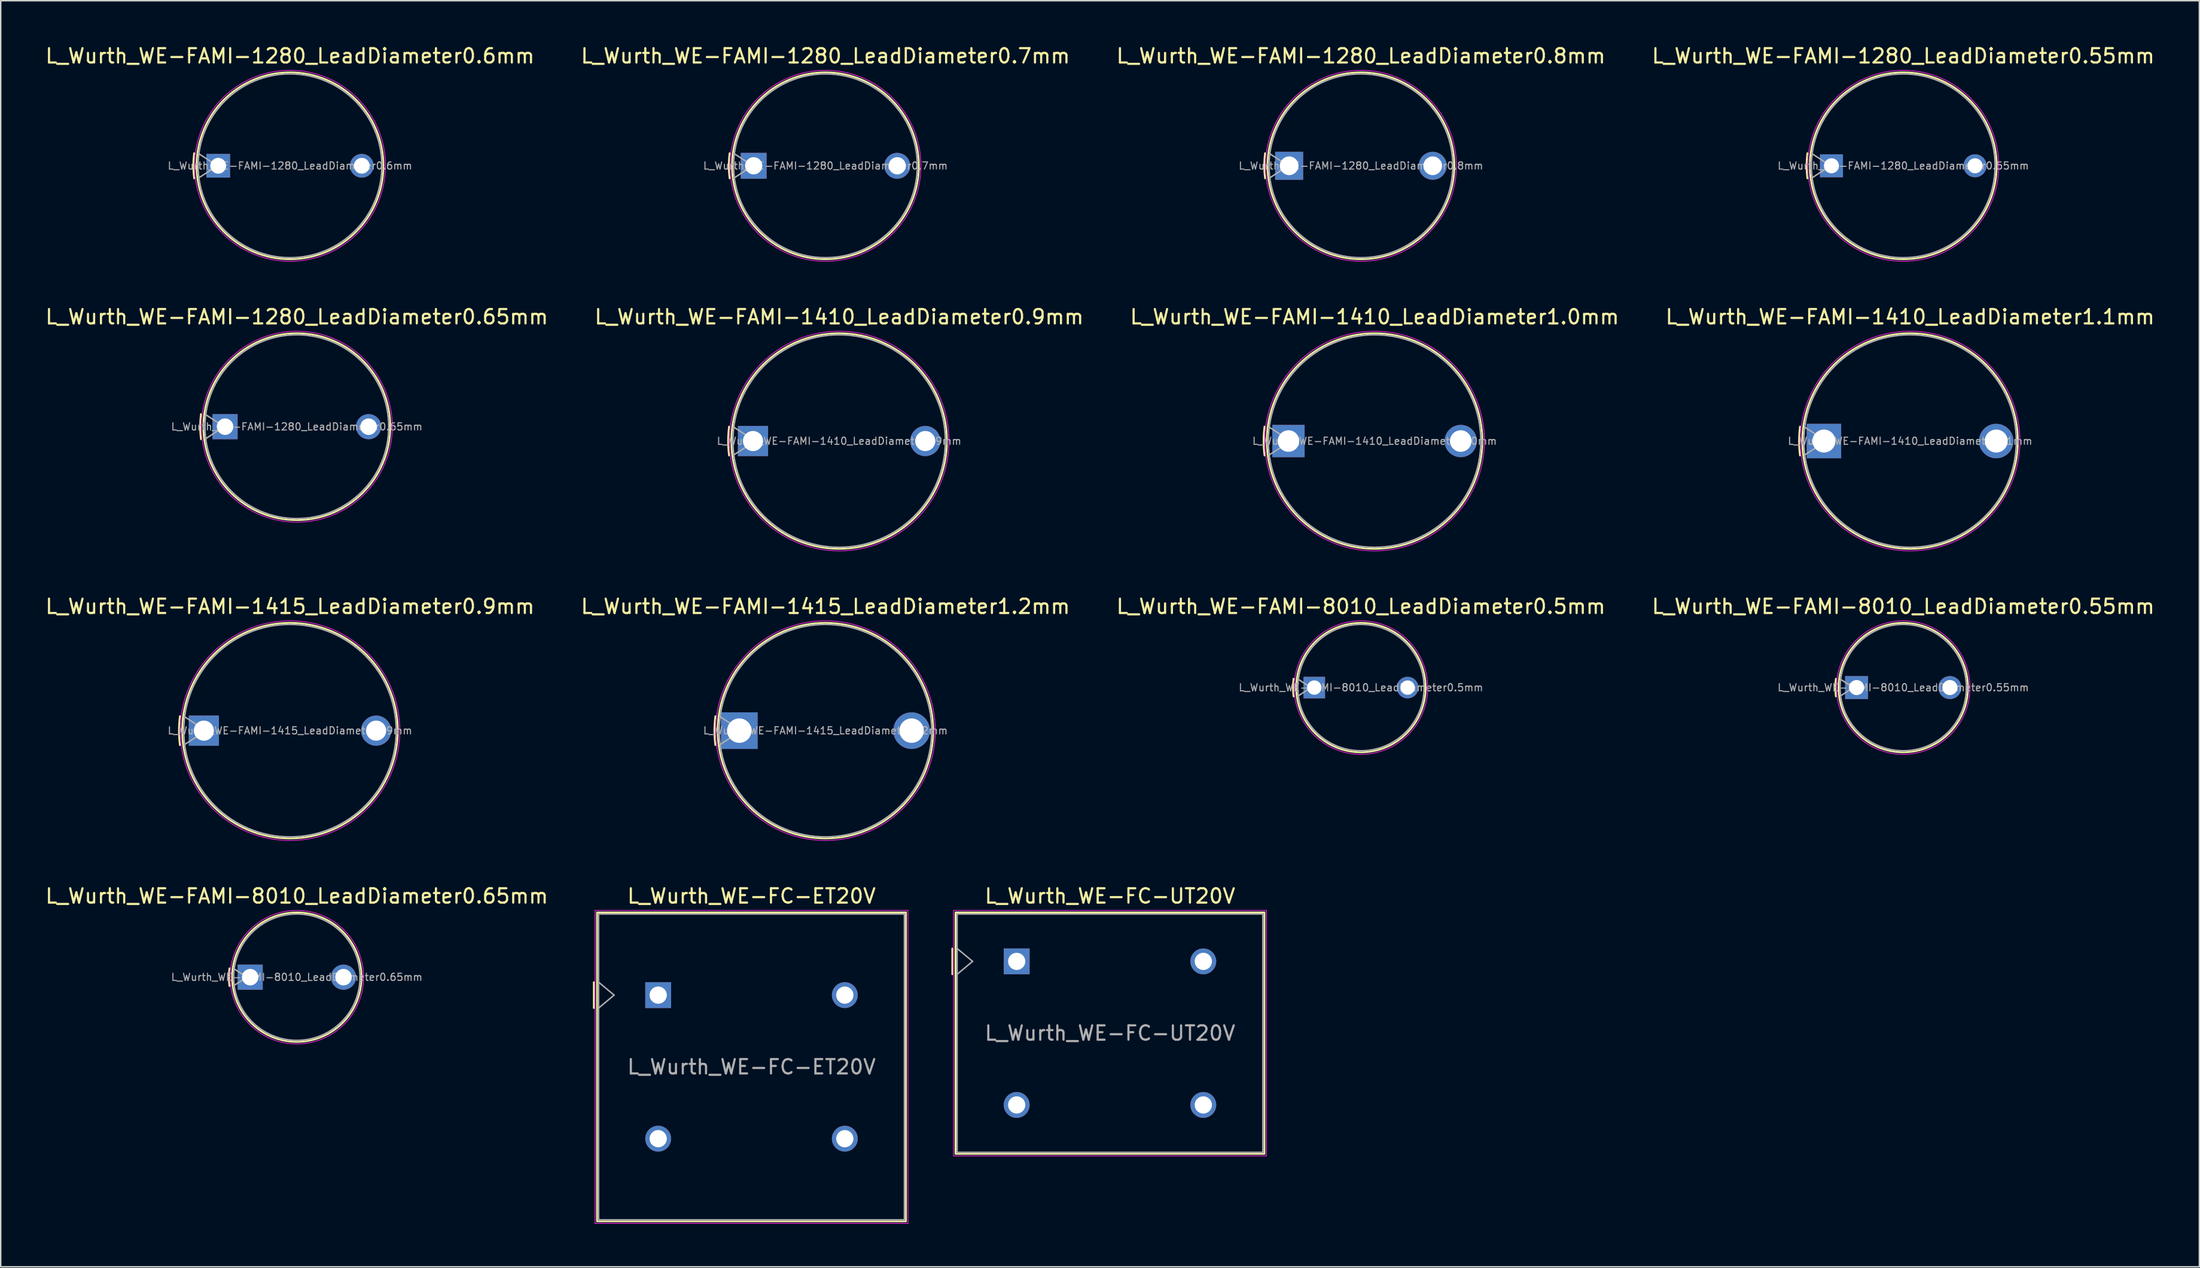
<source format=kicad_pcb>
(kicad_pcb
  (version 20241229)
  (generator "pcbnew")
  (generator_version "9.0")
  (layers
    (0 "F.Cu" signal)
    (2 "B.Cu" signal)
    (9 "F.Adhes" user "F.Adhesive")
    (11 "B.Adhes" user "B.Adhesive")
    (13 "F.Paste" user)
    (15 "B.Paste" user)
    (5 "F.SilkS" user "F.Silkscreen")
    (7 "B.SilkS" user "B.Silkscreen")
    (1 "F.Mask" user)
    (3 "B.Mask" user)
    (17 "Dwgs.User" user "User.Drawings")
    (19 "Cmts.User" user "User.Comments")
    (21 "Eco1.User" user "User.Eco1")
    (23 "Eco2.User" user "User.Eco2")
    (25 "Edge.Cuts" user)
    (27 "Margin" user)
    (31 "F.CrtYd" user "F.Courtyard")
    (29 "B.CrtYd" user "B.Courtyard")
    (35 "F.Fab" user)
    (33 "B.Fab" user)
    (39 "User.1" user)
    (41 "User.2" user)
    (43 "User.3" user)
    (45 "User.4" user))
  (footprint "L_Wurth_WE-FAMI-1280_LeadDiameter0.8mm"
    (layer "F.Cu")
    (at 86.744 8.498)
    (property "Reference" "L_Wurth_WE-FAMI-1280_LeadDiameter0.8mm" (at 5 -7.65 0) (unlocked yes) (layer "F.SilkS") (effects (font (size 1 1) (thickness 0.15))))
    (attr through_hole)
    (fp_arc (start -1.677381 0.879094) (mid -1.735 0) (end -1.677381 -0.879094) (stroke (width 0.12) (type default)) (layer "F.SilkS"))
    (fp_circle (center 5 0) (end 11.51 0) (stroke (width 0.12) (type solid)) (fill no) (layer "F.SilkS"))
    (fp_circle (center 5 0) (end 11.65 0) (stroke (width 0.05) (type solid)) (fill no) (layer "F.CrtYd"))
    (fp_line (start -1.345 -0.835) (end -0.06 0) (stroke (width 0.1) (type solid)) (layer "F.Fab"))
    (fp_line (start -1.345 0.835) (end -0.06 0) (stroke (width 0.1) (type solid)) (layer "F.Fab"))
    (fp_circle (center 5 0) (end 11.4 0) (stroke (width 0.1) (type solid)) (fill no) (layer "F.Fab"))
    (fp_text user "${REFERENCE}" (at 5 0 0) (unlocked yes) (layer "F.Fab") (effects (font (size 0.5 0.5) (thickness 0.075))))
    (pad "1" thru_hole rect (at 0 0) (size 1.95 1.95) (drill 1.3) (layers "*.Cu" "*.Mask"))
    (pad "2" thru_hole circle (at 10 0) (size 1.95 1.95) (drill 1.3) (layers "*.Cu" "*.Mask")))
  (footprint "L_Wurth_WE-FAMI-8010_LeadDiameter0.55mm"
    (layer "F.Cu")
    (at 126.268 44.845)
    (property "Reference" "L_Wurth_WE-FAMI-8010_LeadDiameter0.55mm" (at 3.25 -5.65 0) (unlocked yes) (layer "F.SilkS") (effects (font (size 1 1) (thickness 0.15))))
    (attr through_hole)
    (fp_arc (start -1.444491 0.618042) (mid -1.485 0) (end -1.444491 -0.618042) (stroke (width 0.12) (type default)) (layer "F.SilkS"))
    (fp_circle (center 3.25 0) (end 7.76 0) (stroke (width 0.12) (type solid)) (fill no) (layer "F.SilkS"))
    (fp_circle (center 3.25 0) (end 7.9 0) (stroke (width 0.05) (type solid)) (fill no) (layer "F.CrtYd"))
    (fp_line (start -1.112 -0.574) (end -0.228 0) (stroke (width 0.1) (type solid)) (layer "F.Fab"))
    (fp_line (start -1.112 0.574) (end -0.228 0) (stroke (width 0.1) (type solid)) (layer "F.Fab"))
    (fp_circle (center 3.25 0) (end 7.65 0) (stroke (width 0.1) (type solid)) (fill no) (layer "F.Fab"))
    (fp_text user "${REFERENCE}" (at 3.25 0 0) (unlocked yes) (layer "F.Fab") (effects (font (size 0.5 0.5) (thickness 0.075))))
    (pad "1" thru_hole rect (at 0 0) (size 1.6 1.6) (drill 1.05) (layers "*.Cu" "*.Mask"))
    (pad "2" thru_hole circle (at 6.5 0) (size 1.6 1.6) (drill 1.05) (layers "*.Cu" "*.Mask")))
  (footprint "L_Wurth_WE-FAMI-1280_LeadDiameter0.55mm"
    (layer "F.Cu")
    (at 124.518 8.498)
    (property "Reference" "L_Wurth_WE-FAMI-1280_LeadDiameter0.55mm" (at 5 -7.65 0) (unlocked yes) (layer "F.SilkS") (effects (font (size 1 1) (thickness 0.15))))
    (attr through_hole)
    (fp_arc (start -1.677381 0.879094) (mid -1.735 0) (end -1.677381 -0.879094) (stroke (width 0.12) (type default)) (layer "F.SilkS"))
    (fp_circle (center 5 0) (end 11.51 0) (stroke (width 0.12) (type solid)) (fill no) (layer "F.SilkS"))
    (fp_circle (center 5 0) (end 11.65 0) (stroke (width 0.05) (type solid)) (fill no) (layer "F.CrtYd"))
    (fp_line (start -1.345 -0.835) (end -0.06 0) (stroke (width 0.1) (type solid)) (layer "F.Fab"))
    (fp_line (start -1.345 0.835) (end -0.06 0) (stroke (width 0.1) (type solid)) (layer "F.Fab"))
    (fp_circle (center 5 0) (end 11.4 0) (stroke (width 0.1) (type solid)) (fill no) (layer "F.Fab"))
    (fp_text user "${REFERENCE}" (at 5 0 0) (unlocked yes) (layer "F.Fab") (effects (font (size 0.5 0.5) (thickness 0.075))))
    (pad "1" thru_hole rect (at 0 0) (size 1.6 1.6) (drill 1.05) (layers "*.Cu" "*.Mask"))
    (pad "2" thru_hole circle (at 10 0) (size 1.6 1.6) (drill 1.05) (layers "*.Cu" "*.Mask")))
  (footprint "L_Wurth_WE-FAMI-1410_LeadDiameter0.9mm"
    (layer "F.Cu")
    (at 49.399 27.672)
    (property "Reference" "L_Wurth_WE-FAMI-1410_LeadDiameter0.9mm" (at 6 -8.65 0) (unlocked yes) (layer "F.SilkS") (effects (font (size 1 1) (thickness 0.15))))
    (attr through_hole)
    (fp_arc (start -1.668826 1.00962) (mid -1.735 0) (end -1.668826 -1.00962) (stroke (width 0.12) (type default)) (layer "F.SilkS"))
    (fp_circle (center 6 0) (end 13.51 0) (stroke (width 0.12) (type solid)) (fill no) (layer "F.SilkS"))
    (fp_circle (center 6 0) (end 13.65 0) (stroke (width 0.05) (type solid)) (fill no) (layer "F.CrtYd"))
    (fp_line (start -1.337 -0.966) (end 0.15 0) (stroke (width 0.1) (type solid)) (layer "F.Fab"))
    (fp_line (start -1.337 0.966) (end 0.15 0) (stroke (width 0.1) (type solid)) (layer "F.Fab"))
    (fp_circle (center 6 0) (end 13.4 0) (stroke (width 0.1) (type solid)) (fill no) (layer "F.Fab"))
    (fp_text user "${REFERENCE}" (at 6 0 0) (unlocked yes) (layer "F.Fab") (effects (font (size 0.5 0.5) (thickness 0.075))))
    (pad "1" thru_hole rect (at 0 0) (size 2.1 2.1) (drill 1.4) (layers "*.Cu" "*.Mask"))
    (pad "2" thru_hole circle (at 12 0) (size 2.1 2.1) (drill 1.4) (layers "*.Cu" "*.Mask")))
  (footprint "L_Wurth_WE-FAMI-8010_LeadDiameter0.5mm"
    (layer "F.Cu")
    (at 88.494 44.845)
    (property "Reference" "L_Wurth_WE-FAMI-8010_LeadDiameter0.5mm" (at 3.25 -5.65 0) (unlocked yes) (layer "F.SilkS") (effects (font (size 1 1) (thickness 0.15))))
    (attr through_hole)
    (fp_arc (start -1.444491 0.618042) (mid -1.485 0) (end -1.444491 -0.618042) (stroke (width 0.12) (type default)) (layer "F.SilkS"))
    (fp_circle (center 3.25 0) (end 7.76 0) (stroke (width 0.12) (type solid)) (fill no) (layer "F.SilkS"))
    (fp_circle (center 3.25 0) (end 7.9 0) (stroke (width 0.05) (type solid)) (fill no) (layer "F.CrtYd"))
    (fp_line (start -1.112 -0.574) (end -0.228 0) (stroke (width 0.1) (type solid)) (layer "F.Fab"))
    (fp_line (start -1.112 0.574) (end -0.228 0) (stroke (width 0.1) (type solid)) (layer "F.Fab"))
    (fp_circle (center 3.25 0) (end 7.65 0) (stroke (width 0.1) (type solid)) (fill no) (layer "F.Fab"))
    (fp_text user "${REFERENCE}" (at 3.25 0 0) (unlocked yes) (layer "F.Fab") (effects (font (size 0.5 0.5) (thickness 0.075))))
    (pad "1" thru_hole rect (at 0 0) (size 1.5 1.5) (drill 1) (layers "*.Cu" "*.Mask"))
    (pad "2" thru_hole circle (at 6.5 0) (size 1.5 1.5) (drill 1) (layers "*.Cu" "*.Mask")))
  (footprint "L_Wurth_WE-FAMI-1415_LeadDiameter0.9mm"
    (layer "F.Cu")
    (at 11.149 47.845)
    (property "Reference" "L_Wurth_WE-FAMI-1415_LeadDiameter0.9mm" (at 6 -8.65 0) (unlocked yes) (layer "F.SilkS") (effects (font (size 1 1) (thickness 0.15))))
    (attr through_hole)
    (fp_arc (start -1.668826 1.00962) (mid -1.735 0) (end -1.668826 -1.00962) (stroke (width 0.12) (type default)) (layer "F.SilkS"))
    (fp_circle (center 6 0) (end 13.51 0) (stroke (width 0.12) (type solid)) (fill no) (layer "F.SilkS"))
    (fp_circle (center 6 0) (end 13.65 0) (stroke (width 0.05) (type solid)) (fill no) (layer "F.CrtYd"))
    (fp_line (start -1.337 -0.966) (end 0.15 0) (stroke (width 0.1) (type solid)) (layer "F.Fab"))
    (fp_line (start -1.337 0.966) (end 0.15 0) (stroke (width 0.1) (type solid)) (layer "F.Fab"))
    (fp_circle (center 6 0) (end 13.4 0) (stroke (width 0.1) (type solid)) (fill no) (layer "F.Fab"))
    (fp_text user "${REFERENCE}" (at 6 0 0) (unlocked yes) (layer "F.Fab") (effects (font (size 0.5 0.5) (thickness 0.075))))
    (pad "1" thru_hole rect (at 0 0) (size 2.1 2.1) (drill 1.4) (layers "*.Cu" "*.Mask"))
    (pad "2" thru_hole circle (at 12 0) (size 2.1 2.1) (drill 1.4) (layers "*.Cu" "*.Mask")))
  (footprint "L_Wurth_WE-FAMI-1415_LeadDiameter1.2mm"
    (layer "F.Cu")
    (at 48.446 47.845)
    (property "Reference" "L_Wurth_WE-FAMI-1415_LeadDiameter1.2mm" (at 6 -8.65 0) (unlocked yes) (layer "F.SilkS") (effects (font (size 1 1) (thickness 0.15))))
    (attr through_hole)
    (fp_arc (start -1.668826 1.00962) (mid -1.735 0) (end -1.668826 -1.00962) (stroke (width 0.12) (type default)) (layer "F.SilkS"))
    (fp_circle (center 6 0) (end 13.51 0) (stroke (width 0.12) (type solid)) (fill no) (layer "F.SilkS"))
    (fp_circle (center 6 0) (end 13.65 0) (stroke (width 0.05) (type solid)) (fill no) (layer "F.CrtYd"))
    (fp_line (start -1.337 -0.966) (end 0.15 0) (stroke (width 0.1) (type solid)) (layer "F.Fab"))
    (fp_line (start -1.337 0.966) (end 0.15 0) (stroke (width 0.1) (type solid)) (layer "F.Fab"))
    (fp_circle (center 6 0) (end 13.4 0) (stroke (width 0.1) (type solid)) (fill no) (layer "F.Fab"))
    (fp_text user "${REFERENCE}" (at 6 0 0) (unlocked yes) (layer "F.Fab") (effects (font (size 0.5 0.5) (thickness 0.075))))
    (pad "1" thru_hole rect (at 0 0) (size 2.55 2.55) (drill 1.7) (layers "*.Cu" "*.Mask"))
    (pad "2" thru_hole circle (at 12 0) (size 2.55 2.55) (drill 1.7) (layers "*.Cu" "*.Mask")))
  (footprint "L_Wurth_WE-FC-ET20V"
    (layer "F.Cu")
    (at 42.795 66.268)
    (property "Reference" "L_Wurth_WE-FC-ET20V" (at 6.5 -6.9 0) (unlocked yes) (layer "F.SilkS") (effects (font (size 1 1) (thickness 0.15))))
    (attr through_hole)
    (fp_line (start -4.485 -0.9) (end -4.485 0.9) (stroke (width 0.12) (type solid)) (layer "F.SilkS"))
    (fp_rect (start -4.26 -5.76) (end 17.26 15.76) (stroke (width 0.12) (type solid)) (fill no) (layer "F.SilkS"))
    (fp_rect (start -4.4 -5.9) (end 17.4 15.9) (stroke (width 0.05) (type solid)) (fill no) (layer "F.CrtYd"))
    (fp_line (start -4.15 -0.9) (end -3.07 0) (stroke (width 0.1) (type solid)) (layer "F.Fab"))
    (fp_line (start -4.15 0.9) (end -3.07 0) (stroke (width 0.1) (type solid)) (layer "F.Fab"))
    (fp_rect (start -4.15 -5.65) (end 17.15 15.65) (stroke (width 0.1) (type solid)) (fill no) (layer "F.Fab"))
    (fp_text user "${REFERENCE}" (at 6.5 5 0) (unlocked yes) (layer "F.Fab") (effects (font (size 1 1) (thickness 0.15))))
    (pad "1" thru_hole rect (at 0 0) (size 1.8 1.8) (drill 1.2) (layers "*.Cu" "*.Mask"))
    (pad "2" thru_hole circle (at 13 0) (size 1.8 1.8) (drill 1.2) (layers "*.Cu" "*.Mask"))
    (pad "3" thru_hole circle (at 13 10) (size 1.8 1.8) (drill 1.2) (layers "*.Cu" "*.Mask"))
    (pad "4" thru_hole circle (at 0 10) (size 1.8 1.8) (drill 1.2) (layers "*.Cu" "*.Mask")))
  (footprint "L_Wurth_WE-FAMI-1280_LeadDiameter0.65mm"
    (layer "F.Cu")
    (at 12.625 26.672)
    (property "Reference" "L_Wurth_WE-FAMI-1280_LeadDiameter0.65mm" (at 5 -7.65 0) (unlocked yes) (layer "F.SilkS") (effects (font (size 1 1) (thickness 0.15))))
    (attr through_hole)
    (fp_arc (start -1.677381 0.879094) (mid -1.735 0) (end -1.677381 -0.879094) (stroke (width 0.12) (type default)) (layer "F.SilkS"))
    (fp_circle (center 5 0) (end 11.51 0) (stroke (width 0.12) (type solid)) (fill no) (layer "F.SilkS"))
    (fp_circle (center 5 0) (end 11.65 0) (stroke (width 0.05) (type solid)) (fill no) (layer "F.CrtYd"))
    (fp_line (start -1.345 -0.835) (end -0.06 0) (stroke (width 0.1) (type solid)) (layer "F.Fab"))
    (fp_line (start -1.345 0.835) (end -0.06 0) (stroke (width 0.1) (type solid)) (layer "F.Fab"))
    (fp_circle (center 5 0) (end 11.4 0) (stroke (width 0.1) (type solid)) (fill no) (layer "F.Fab"))
    (fp_text user "${REFERENCE}" (at 5 0 0) (unlocked yes) (layer "F.Fab") (effects (font (size 0.5 0.5) (thickness 0.075))))
    (pad "1" thru_hole rect (at 0 0) (size 1.75 1.75) (drill 1.15) (layers "*.Cu" "*.Mask"))
    (pad "2" thru_hole circle (at 10 0) (size 1.75 1.75) (drill 1.15) (layers "*.Cu" "*.Mask")))
  (footprint "L_Wurth_WE-FAMI-1410_LeadDiameter1.1mm"
    (layer "F.Cu")
    (at 123.994 27.672)
    (property "Reference" "L_Wurth_WE-FAMI-1410_LeadDiameter1.1mm" (at 6 -8.65 0) (unlocked yes) (layer "F.SilkS") (effects (font (size 1 1) (thickness 0.15))))
    (attr through_hole)
    (fp_arc (start -1.668826 1.00962) (mid -1.735 0) (end -1.668826 -1.00962) (stroke (width 0.12) (type default)) (layer "F.SilkS"))
    (fp_circle (center 6 0) (end 13.51 0) (stroke (width 0.12) (type solid)) (fill no) (layer "F.SilkS"))
    (fp_circle (center 6 0) (end 13.65 0) (stroke (width 0.05) (type solid)) (fill no) (layer "F.CrtYd"))
    (fp_line (start -1.337 -0.966) (end 0.15 0) (stroke (width 0.1) (type solid)) (layer "F.Fab"))
    (fp_line (start -1.337 0.966) (end 0.15 0) (stroke (width 0.1) (type solid)) (layer "F.Fab"))
    (fp_circle (center 6 0) (end 13.4 0) (stroke (width 0.1) (type solid)) (fill no) (layer "F.Fab"))
    (fp_text user "${REFERENCE}" (at 6 0 0) (unlocked yes) (layer "F.Fab") (effects (font (size 0.5 0.5) (thickness 0.075))))
    (pad "1" thru_hole rect (at 0 0) (size 2.4 2.4) (drill 1.6) (layers "*.Cu" "*.Mask"))
    (pad "2" thru_hole circle (at 12 0) (size 2.4 2.4) (drill 1.6) (layers "*.Cu" "*.Mask")))
  (footprint "L_Wurth_WE-FAMI-1280_LeadDiameter0.7mm"
    (layer "F.Cu")
    (at 49.446 8.498)
    (property "Reference" "L_Wurth_WE-FAMI-1280_LeadDiameter0.7mm" (at 5 -7.65 0) (unlocked yes) (layer "F.SilkS") (effects (font (size 1 1) (thickness 0.15))))
    (attr through_hole)
    (fp_arc (start -1.677381 0.879094) (mid -1.735 0) (end -1.677381 -0.879094) (stroke (width 0.12) (type default)) (layer "F.SilkS"))
    (fp_circle (center 5 0) (end 11.51 0) (stroke (width 0.12) (type solid)) (fill no) (layer "F.SilkS"))
    (fp_circle (center 5 0) (end 11.65 0) (stroke (width 0.05) (type solid)) (fill no) (layer "F.CrtYd"))
    (fp_line (start -1.345 -0.835) (end -0.06 0) (stroke (width 0.1) (type solid)) (layer "F.Fab"))
    (fp_line (start -1.345 0.835) (end -0.06 0) (stroke (width 0.1) (type solid)) (layer "F.Fab"))
    (fp_circle (center 5 0) (end 11.4 0) (stroke (width 0.1) (type solid)) (fill no) (layer "F.Fab"))
    (fp_text user "${REFERENCE}" (at 5 0 0) (unlocked yes) (layer "F.Fab") (effects (font (size 0.5 0.5) (thickness 0.075))))
    (pad "1" thru_hole rect (at 0 0) (size 1.8 1.8) (drill 1.2) (layers "*.Cu" "*.Mask"))
    (pad "2" thru_hole circle (at 10 0) (size 1.8 1.8) (drill 1.2) (layers "*.Cu" "*.Mask")))
  (footprint "L_Wurth_WE-FC-UT20V"
    (layer "F.Cu")
    (at 67.765 63.918)
    (property "Reference" "L_Wurth_WE-FC-UT20V" (at 6.5 -4.55 0) (unlocked yes) (layer "F.SilkS") (effects (font (size 1 1) (thickness 0.15))))
    (attr through_hole)
    (fp_line (start -4.485 -0.9) (end -4.485 0.9) (stroke (width 0.12) (type solid)) (layer "F.SilkS"))
    (fp_rect (start -4.26 -3.41) (end 17.26 13.41) (stroke (width 0.12) (type solid)) (fill no) (layer "F.SilkS"))
    (fp_rect (start -4.4 -3.55) (end 17.4 13.55) (stroke (width 0.05) (type solid)) (fill no) (layer "F.CrtYd"))
    (fp_line (start -4.15 -0.9) (end -3.07 0) (stroke (width 0.1) (type solid)) (layer "F.Fab"))
    (fp_line (start -4.15 0.9) (end -3.07 0) (stroke (width 0.1) (type solid)) (layer "F.Fab"))
    (fp_rect (start -4.15 -3.3) (end 17.15 13.3) (stroke (width 0.1) (type solid)) (fill no) (layer "F.Fab"))
    (fp_text user "${REFERENCE}" (at 6.5 5 0) (unlocked yes) (layer "F.Fab") (effects (font (size 1 1) (thickness 0.15))))
    (pad "1" thru_hole rect (at 0 0) (size 1.8 1.8) (drill 1.2) (layers "*.Cu" "*.Mask"))
    (pad "2" thru_hole circle (at 13 0) (size 1.8 1.8) (drill 1.2) (layers "*.Cu" "*.Mask"))
    (pad "3" thru_hole circle (at 13 10) (size 1.8 1.8) (drill 1.2) (layers "*.Cu" "*.Mask"))
    (pad "4" thru_hole circle (at 0 10) (size 1.8 1.8) (drill 1.2) (layers "*.Cu" "*.Mask")))
  (footprint "L_Wurth_WE-FAMI-8010_LeadDiameter0.65mm"
    (layer "F.Cu")
    (at 14.375 65.018)
    (property "Reference" "L_Wurth_WE-FAMI-8010_LeadDiameter0.65mm" (at 3.25 -5.65 0) (unlocked yes) (layer "F.SilkS") (effects (font (size 1 1) (thickness 0.15))))
    (attr through_hole)
    (fp_arc (start -1.444491 0.618042) (mid -1.485 0) (end -1.444491 -0.618042) (stroke (width 0.12) (type default)) (layer "F.SilkS"))
    (fp_circle (center 3.25 0) (end 7.76 0) (stroke (width 0.12) (type solid)) (fill no) (layer "F.SilkS"))
    (fp_circle (center 3.25 0) (end 7.9 0) (stroke (width 0.05) (type solid)) (fill no) (layer "F.CrtYd"))
    (fp_line (start -1.112 -0.574) (end -0.228 0) (stroke (width 0.1) (type solid)) (layer "F.Fab"))
    (fp_line (start -1.112 0.574) (end -0.228 0) (stroke (width 0.1) (type solid)) (layer "F.Fab"))
    (fp_circle (center 3.25 0) (end 7.65 0) (stroke (width 0.1) (type solid)) (fill no) (layer "F.Fab"))
    (fp_text user "${REFERENCE}" (at 3.25 0 0) (unlocked yes) (layer "F.Fab") (effects (font (size 0.5 0.5) (thickness 0.075))))
    (pad "1" thru_hole rect (at 0 0) (size 1.75 1.75) (drill 1.15) (layers "*.Cu" "*.Mask"))
    (pad "2" thru_hole circle (at 6.5 0) (size 1.75 1.75) (drill 1.15) (layers "*.Cu" "*.Mask")))
  (footprint "L_Wurth_WE-FAMI-1410_LeadDiameter1.0mm"
    (layer "F.Cu")
    (at 86.696 27.672)
    (property "Reference" "L_Wurth_WE-FAMI-1410_LeadDiameter1.0mm" (at 6 -8.65 0) (unlocked yes) (layer "F.SilkS") (effects (font (size 1 1) (thickness 0.15))))
    (attr through_hole)
    (fp_arc (start -1.668826 1.00962) (mid -1.735 0) (end -1.668826 -1.00962) (stroke (width 0.12) (type default)) (layer "F.SilkS"))
    (fp_circle (center 6 0) (end 13.51 0) (stroke (width 0.12) (type solid)) (fill no) (layer "F.SilkS"))
    (fp_circle (center 6 0) (end 13.65 0) (stroke (width 0.05) (type solid)) (fill no) (layer "F.CrtYd"))
    (fp_line (start -1.337 -0.966) (end 0.15 0) (stroke (width 0.1) (type solid)) (layer "F.Fab"))
    (fp_line (start -1.337 0.966) (end 0.15 0) (stroke (width 0.1) (type solid)) (layer "F.Fab"))
    (fp_circle (center 6 0) (end 13.4 0) (stroke (width 0.1) (type solid)) (fill no) (layer "F.Fab"))
    (fp_text user "${REFERENCE}" (at 6 0 0) (unlocked yes) (layer "F.Fab") (effects (font (size 0.5 0.5) (thickness 0.075))))
    (pad "1" thru_hole rect (at 0 0) (size 2.25 2.25) (drill 1.5) (layers "*.Cu" "*.Mask"))
    (pad "2" thru_hole circle (at 12 0) (size 2.25 2.25) (drill 1.5) (layers "*.Cu" "*.Mask")))
  (footprint "L_Wurth_WE-FAMI-1280_LeadDiameter0.6mm"
    (layer "F.Cu")
    (at 12.149 8.498)
    (property "Reference" "L_Wurth_WE-FAMI-1280_LeadDiameter0.6mm" (at 5 -7.65 0) (unlocked yes) (layer "F.SilkS") (effects (font (size 1 1) (thickness 0.15))))
    (attr through_hole)
    (fp_arc (start -1.677381 0.879094) (mid -1.735 0) (end -1.677381 -0.879094) (stroke (width 0.12) (type default)) (layer "F.SilkS"))
    (fp_circle (center 5 0) (end 11.51 0) (stroke (width 0.12) (type solid)) (fill no) (layer "F.SilkS"))
    (fp_circle (center 5 0) (end 11.65 0) (stroke (width 0.05) (type solid)) (fill no) (layer "F.CrtYd"))
    (fp_line (start -1.345 -0.835) (end -0.06 0) (stroke (width 0.1) (type solid)) (layer "F.Fab"))
    (fp_line (start -1.345 0.835) (end -0.06 0) (stroke (width 0.1) (type solid)) (layer "F.Fab"))
    (fp_circle (center 5 0) (end 11.4 0) (stroke (width 0.1) (type solid)) (fill no) (layer "F.Fab"))
    (fp_text user "${REFERENCE}" (at 5 0 0) (unlocked yes) (layer "F.Fab") (effects (font (size 0.5 0.5) (thickness 0.075))))
    (pad "1" thru_hole rect (at 0 0) (size 1.65 1.65) (drill 1.1) (layers "*.Cu" "*.Mask"))
    (pad "2" thru_hole circle (at 10 0) (size 1.65 1.65) (drill 1.1) (layers "*.Cu" "*.Mask")))
  (gr_rect
    (start -3 -3)
    (end 150.143 85.193)
    (stroke (width 0.1) (type default))
    (fill no)
    (layer "Edge.Cuts")))
</source>
